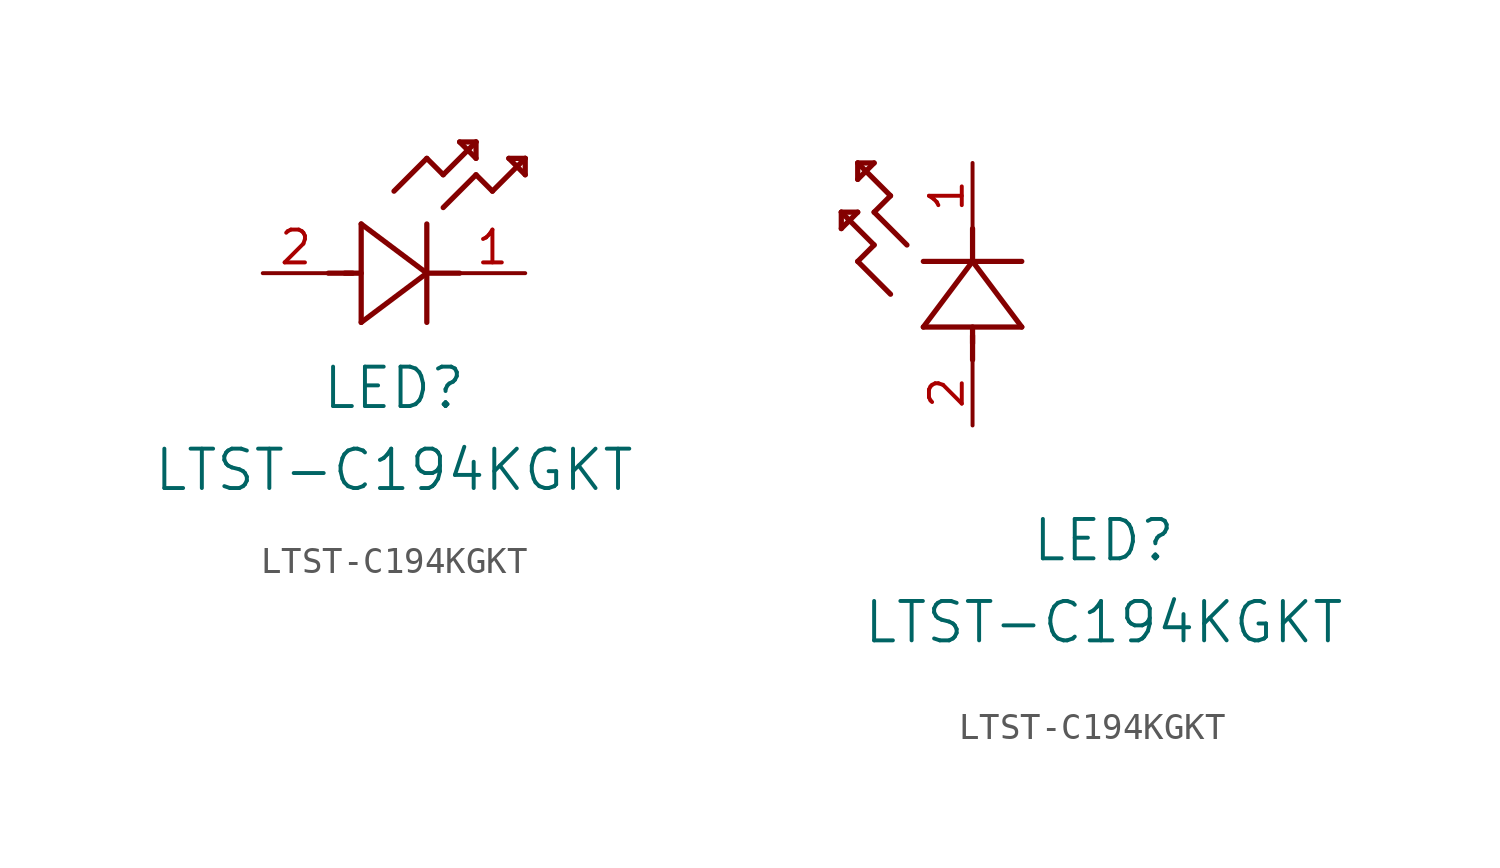
<source format=kicad_sym>
(kicad_symbol_lib
  (version 20211014)
  (generator kicad_symbol_editor)
  (symbol "LTST-C194KGKT"
    (pin_names
      (offset 0.254))
    (property "Reference" "LED"
      (at 5.08 -4.445 0)
      (effects (font (size 1.524 1.524))))
    (property "Value" "LTST-C194KGKT"
      (at 5.08 -7.62 0)
      (effects (font (size 1.524 1.524))))
    (symbol "LTST-C194KGKT_1_1"
      (polyline (pts (xy 2.54 0) (xy 3.48 0)) (stroke (width 0.203) (type default) (color 0 0 0 0)) (fill (type none)))
      (polyline (pts (xy 3.81 1.905) (xy 3.81 -1.905)) (stroke (width 0.203) (type default) (color 0 0 0 0)) (fill (type none)))
      (polyline (pts (xy 3.175 0) (xy 3.81 0)) (stroke (width 0.203) (type default) (color 0 0 0 0)) (fill (type none)))
      (polyline (pts (xy 6.35 -1.905) (xy 6.35 1.905)) (stroke (width 0.203) (type default) (color 0 0 0 0)) (fill (type none)))
      (polyline (pts (xy 6.35 0) (xy 7.62 0)) (stroke (width 0.203) (type default) (color 0 0 0 0)) (fill (type none)))
      (polyline (pts (xy 6.35 4.445) (xy 6.985 3.81)) (stroke (width 0.203) (type default) (color 0 0 0 0)) (fill (type none)))
      (polyline (pts (xy 6.985 3.81) (xy 8.255 5.08)) (stroke (width 0.203) (type default) (color 0 0 0 0)) (fill (type none)))
      (polyline (pts (xy 8.255 3.81) (xy 8.89 3.175)) (stroke (width 0.203) (type default) (color 0 0 0 0)) (fill (type none)))
      (polyline (pts (xy 8.89 3.175) (xy 10.16 4.445)) (stroke (width 0.203) (type default) (color 0 0 0 0)) (fill (type none)))
      (polyline (pts (xy 8.255 5.08) (xy 7.62 5.08)) (stroke (width 0.203) (type default) (color 0 0 0 0)) (fill (type none)))
      (polyline (pts (xy 7.62 5.08) (xy 8.255 4.445)) (stroke (width 0.203) (type default) (color 0 0 0 0)) (fill (type none)))
      (polyline (pts (xy 8.255 4.445) (xy 8.255 5.08)) (stroke (width 0.203) (type default) (color 0 0 0 0)) (fill (type none)))
      (polyline (pts (xy 10.16 4.445) (xy 9.525 4.445)) (stroke (width 0.203) (type default) (color 0 0 0 0)) (fill (type none)))
      (polyline (pts (xy 9.525 4.445) (xy 10.16 3.81)) (stroke (width 0.203) (type default) (color 0 0 0 0)) (fill (type none)))
      (polyline (pts (xy 10.16 3.81) (xy 10.16 4.445)) (stroke (width 0.203) (type default) (color 0 0 0 0)) (fill (type none)))
      (polyline (pts (xy 6.985 2.54) (xy 8.255 3.81)) (stroke (width 0.203) (type default) (color 0 0 0 0)) (fill (type none)))
      (polyline (pts (xy 6.35 0) (xy 3.81 1.905)) (stroke (width 0.203) (type default) (color 0 0 0 0)) (fill (type none)))
      (polyline (pts (xy 3.81 -1.905) (xy 6.35 0)) (stroke (width 0.203) (type default) (color 0 0 0 0)) (fill (type none)))
      (polyline (pts (xy 5.08 3.175) (xy 6.35 4.445)) (stroke (width 0.203) (type default) (color 0 0 0 0)) (fill (type none)))
      (pin unspecified line (at 10.16 0 180) (length 2.54) (name "" (effects (font (size 1.27 1.27)))) (number "1" (effects (font (size 1.27 1.27)))))
      (pin unspecified line (at 0 0 0) (length 2.54) (name "" (effects (font (size 1.27 1.27)))) (number "2" (effects (font (size 1.27 1.27))))))
    (symbol "LTST-C194KGKT_1_2"
      (polyline (pts (xy 0 2.54) (xy 0 3.48)) (stroke (width 0.203) (type default) (color 0 0 0 0)) (fill (type none)))
      (polyline (pts (xy -1.905 3.81) (xy 1.905 3.81)) (stroke (width 0.203) (type default) (color 0 0 0 0)) (fill (type none)))
      (polyline (pts (xy 0 3.175) (xy 0 3.81)) (stroke (width 0.203) (type default) (color 0 0 0 0)) (fill (type none)))
      (polyline (pts (xy 1.905 6.35) (xy -1.905 6.35)) (stroke (width 0.203) (type default) (color 0 0 0 0)) (fill (type none)))
      (polyline (pts (xy 0 6.35) (xy 0 7.62)) (stroke (width 0.203) (type default) (color 0 0 0 0)) (fill (type none)))
      (polyline (pts (xy 0 6.35) (xy -1.905 3.81)) (stroke (width 0.203) (type default) (color 0 0 0 0)) (fill (type none)))
      (polyline (pts (xy 1.905 3.81) (xy 0 6.35)) (stroke (width 0.203) (type default) (color 0 0 0 0)) (fill (type none)))
      (polyline (pts (xy -4.445 6.35) (xy -3.81 6.985)) (stroke (width 0.203) (type default) (color 0 0 0 0)) (fill (type none)))
      (polyline (pts (xy -2.54 6.985) (xy -3.81 8.255)) (stroke (width 0.203) (type default) (color 0 0 0 0)) (fill (type none)))
      (polyline (pts (xy -3.175 5.08) (xy -4.445 6.35)) (stroke (width 0.203) (type default) (color 0 0 0 0)) (fill (type none)))
      (polyline (pts (xy -4.445 10.16) (xy -4.445 9.525)) (stroke (width 0.203) (type default) (color 0 0 0 0)) (fill (type none)))
      (polyline (pts (xy -4.445 9.525) (xy -3.81 10.16)) (stroke (width 0.203) (type default) (color 0 0 0 0)) (fill (type none)))
      (polyline (pts (xy -3.81 10.16) (xy -4.445 10.16)) (stroke (width 0.203) (type default) (color 0 0 0 0)) (fill (type none)))
      (polyline (pts (xy -3.81 8.255) (xy -3.175 8.89)) (stroke (width 0.203) (type default) (color 0 0 0 0)) (fill (type none)))
      (polyline (pts (xy -3.175 8.89) (xy -4.445 10.16)) (stroke (width 0.203) (type default) (color 0 0 0 0)) (fill (type none)))
      (polyline (pts (xy -3.81 6.985) (xy -5.08 8.255)) (stroke (width 0.203) (type default) (color 0 0 0 0)) (fill (type none)))
      (polyline (pts (xy -5.08 8.255) (xy -5.08 7.62)) (stroke (width 0.203) (type default) (color 0 0 0 0)) (fill (type none)))
      (polyline (pts (xy -5.08 7.62) (xy -4.445 8.255)) (stroke (width 0.203) (type default) (color 0 0 0 0)) (fill (type none)))
      (polyline (pts (xy -4.445 8.255) (xy -5.08 8.255)) (stroke (width 0.203) (type default) (color 0 0 0 0)) (fill (type none)))
      (pin unspecified line (at 0 10.16 270) (length 2.54) (name "" (effects (font (size 1.27 1.27)))) (number "1" (effects (font (size 1.27 1.27)))))
      (pin unspecified line (at 0 0 90) (length 2.54) (name "" (effects (font (size 1.27 1.27)))) (number "2" (effects (font (size 1.27 1.27))))))))
</source>
